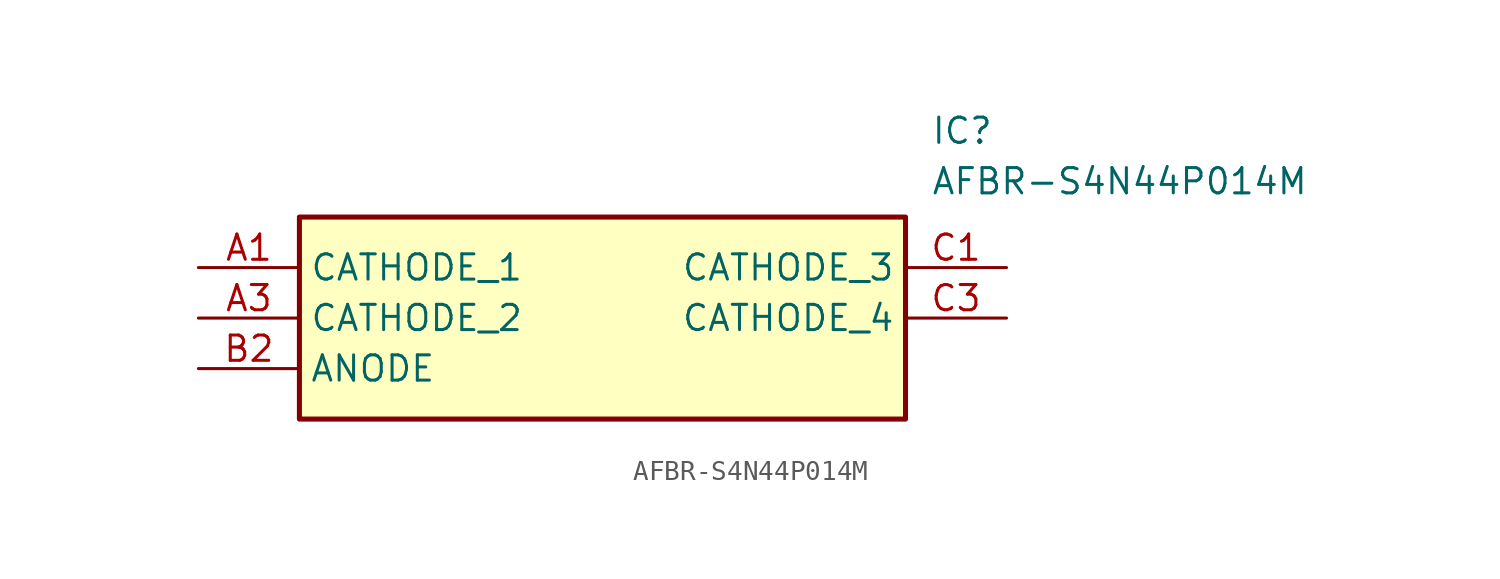
<source format=kicad_sym>
(kicad_symbol_lib
  (version 20211014)
  (generator SamacSys_ECAD_Model)
  (symbol "AFBR-S4N44P014M"
    (property "Reference" "IC"
      (at 36.83 7.62 0)
      (effects (font (size 1.27 1.27)) (justify left top)))
    (property "Value" "AFBR-S4N44P014M"
      (at 36.83 5.08 0)
      (effects (font (size 1.27 1.27)) (justify left top)))
    (rectangle
      (start 5.08 2.54)
      (end 35.56 -7.62)
      (stroke (width 0.254) (type default))
      (fill (type background)))
    (pin passive line
      (at 0 0 0)
      (length 5.08)
      (name "CATHODE_1" (effects (font (size 1.27 1.27))))
      (number "A1" (effects (font (size 1.27 1.27)))))
    (pin passive line
      (at 0 -2.54 0)
      (length 5.08)
      (name "CATHODE_2" (effects (font (size 1.27 1.27))))
      (number "A3" (effects (font (size 1.27 1.27)))))
    (pin passive line
      (at 0 -5.08 0)
      (length 5.08)
      (name "ANODE" (effects (font (size 1.27 1.27))))
      (number "B2" (effects (font (size 1.27 1.27)))))
    (pin passive line
      (at 40.64 0 180)
      (length 5.08)
      (name "CATHODE_3" (effects (font (size 1.27 1.27))))
      (number "C1" (effects (font (size 1.27 1.27)))))
    (pin passive line
      (at 40.64 -2.54 180)
      (length 5.08)
      (name "CATHODE_4" (effects (font (size 1.27 1.27))))
      (number "C3" (effects (font (size 1.27 1.27)))))))
</source>
